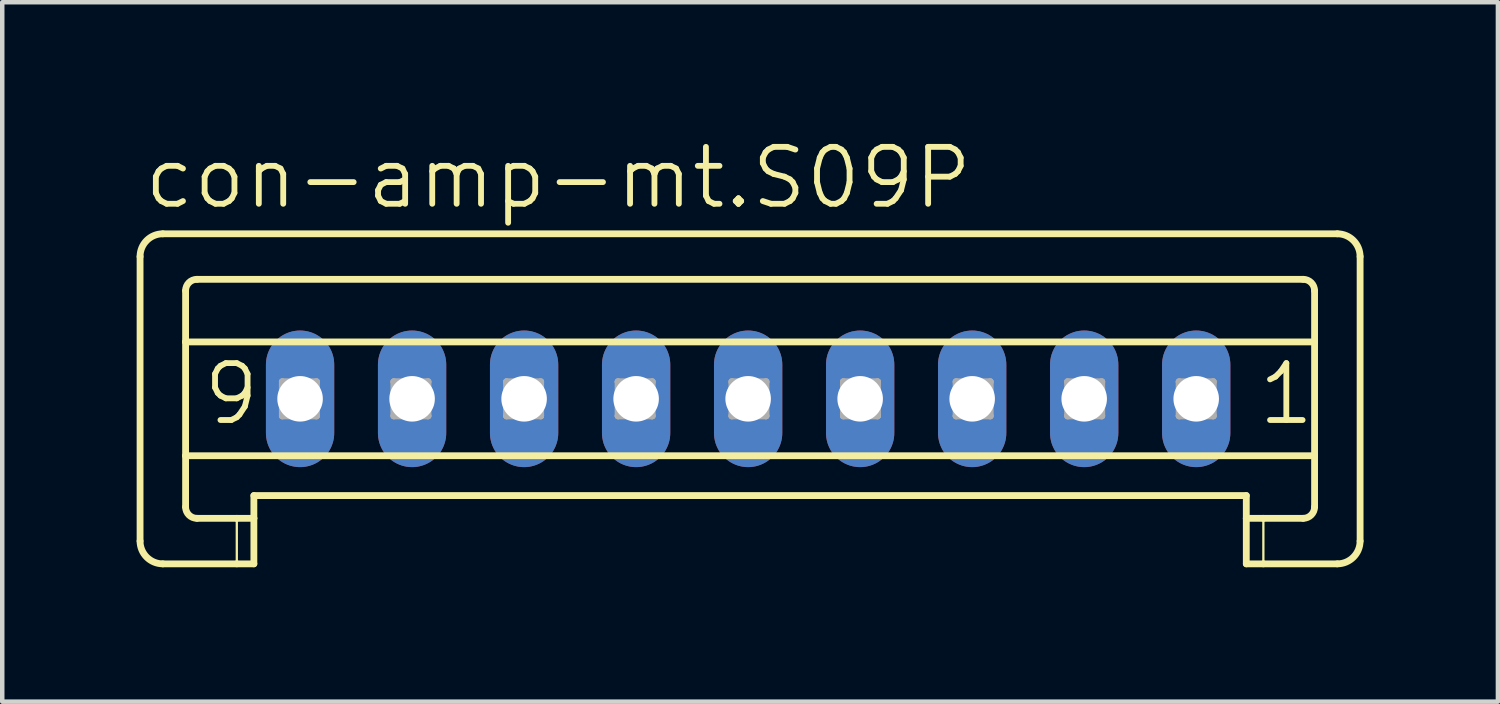
<source format=kicad_pcb>
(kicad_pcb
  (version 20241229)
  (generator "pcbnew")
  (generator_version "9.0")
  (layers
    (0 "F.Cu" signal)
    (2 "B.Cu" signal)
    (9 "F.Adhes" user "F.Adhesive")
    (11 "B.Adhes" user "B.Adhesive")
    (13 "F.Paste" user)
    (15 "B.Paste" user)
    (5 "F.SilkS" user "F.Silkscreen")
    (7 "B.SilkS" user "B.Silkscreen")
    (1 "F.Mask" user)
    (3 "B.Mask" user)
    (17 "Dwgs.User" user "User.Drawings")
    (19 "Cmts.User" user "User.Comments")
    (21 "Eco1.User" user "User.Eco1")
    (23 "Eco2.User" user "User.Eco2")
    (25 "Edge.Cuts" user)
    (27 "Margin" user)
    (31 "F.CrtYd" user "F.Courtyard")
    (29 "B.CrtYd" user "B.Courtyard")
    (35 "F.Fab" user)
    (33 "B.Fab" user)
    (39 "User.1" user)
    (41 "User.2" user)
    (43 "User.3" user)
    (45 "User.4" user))
  (footprint "con-amp-mt.S09P"
    (layer "F.Cu")
    (at 13.647 5.851)
    (property "Reference" "con-amp-mt.S09P" (at -13.546 -4.191 0) (layer "F.SilkS") (effects (font (size 1.27 1.27) (thickness 0.13)) (justify left bottom)))
    (attr through_hole)
    (fp_line (start -13.571 -3.175) (end -13.571 3.175) (stroke (width 0.152) (type default)) (layer "F.SilkS"))
    (fp_line (start -13.063 -3.683) (end 13.15 -3.683) (stroke (width 0.152) (type default)) (layer "F.SilkS"))
    (fp_line (start -12.555 -1.27) (end -12.555 -2.413) (stroke (width 0.152) (type default)) (layer "F.SilkS"))
    (fp_line (start -12.555 -1.27) (end 12.642 -1.27) (stroke (width 0.152) (type default)) (layer "F.SilkS"))
    (fp_line (start -12.555 1.27) (end -12.555 -1.27) (stroke (width 0.152) (type default)) (layer "F.SilkS"))
    (fp_line (start -12.555 1.27) (end 12.642 1.27) (stroke (width 0.152) (type default)) (layer "F.SilkS"))
    (fp_line (start -12.555 2.413) (end -12.555 1.27) (stroke (width 0.152) (type default)) (layer "F.SilkS"))
    (fp_line (start -12.301 -2.667) (end 12.388 -2.667) (stroke (width 0.152) (type default)) (layer "F.SilkS"))
    (fp_line (start -12.301 2.667) (end -11.412 2.667) (stroke (width 0.152) (type default)) (layer "F.SilkS"))
    (fp_line (start -11.412 2.667) (end -11.412 3.683) (stroke (width 0.051) (type default)) (layer "F.SilkS"))
    (fp_line (start -11.412 2.667) (end -11.031 2.667) (stroke (width 0.152) (type default)) (layer "F.SilkS"))
    (fp_line (start -11.412 3.683) (end -13.063 3.683) (stroke (width 0.152) (type default)) (layer "F.SilkS"))
    (fp_line (start -11.031 2.159) (end 11.118 2.159) (stroke (width 0.152) (type default)) (layer "F.SilkS"))
    (fp_line (start -11.031 2.667) (end -11.031 2.159) (stroke (width 0.152) (type default)) (layer "F.SilkS"))
    (fp_line (start -11.031 2.667) (end -11.031 3.683) (stroke (width 0.152) (type default)) (layer "F.SilkS"))
    (fp_line (start -11.031 3.683) (end -11.412 3.683) (stroke (width 0.152) (type default)) (layer "F.SilkS"))
    (fp_line (start 11.118 2.667) (end 11.118 2.159) (stroke (width 0.152) (type default)) (layer "F.SilkS"))
    (fp_line (start 11.118 2.667) (end 11.499 2.667) (stroke (width 0.152) (type default)) (layer "F.SilkS"))
    (fp_line (start 11.118 3.683) (end 11.118 2.667) (stroke (width 0.152) (type default)) (layer "F.SilkS"))
    (fp_line (start 11.499 2.667) (end 11.499 3.683) (stroke (width 0.051) (type default)) (layer "F.SilkS"))
    (fp_line (start 11.499 2.667) (end 12.388 2.667) (stroke (width 0.152) (type default)) (layer "F.SilkS"))
    (fp_line (start 11.499 3.683) (end 11.118 3.683) (stroke (width 0.152) (type default)) (layer "F.SilkS"))
    (fp_line (start 12.642 -1.27) (end 12.642 -2.413) (stroke (width 0.152) (type default)) (layer "F.SilkS"))
    (fp_line (start 12.642 1.27) (end 12.642 -1.27) (stroke (width 0.152) (type default)) (layer "F.SilkS"))
    (fp_line (start 12.642 2.413) (end 12.642 1.27) (stroke (width 0.152) (type default)) (layer "F.SilkS"))
    (fp_line (start 13.15 3.683) (end 11.499 3.683) (stroke (width 0.152) (type default)) (layer "F.SilkS"))
    (fp_line (start 13.658 -3.175) (end 13.658 3.175) (stroke (width 0.152) (type default)) (layer "F.SilkS"))
    (fp_arc (start -13.5712 -3.175) (mid -13.42241 -3.53421) (end -13.0632 -3.683) (stroke (width 0.1524) (type default)) (layer "F.SilkS"))
    (fp_arc (start -13.0632 3.683) (mid -13.42241 3.53421) (end -13.5712 3.175) (stroke (width 0.1524) (type default)) (layer "F.SilkS"))
    (fp_arc (start -12.5552 -2.413) (mid -12.480805 -2.592605) (end -12.3012 -2.667) (stroke (width 0.1524) (type default)) (layer "F.SilkS"))
    (fp_arc (start -12.3012 2.667) (mid -12.480805 2.592605) (end -12.5552 2.413) (stroke (width 0.1524) (type default)) (layer "F.SilkS"))
    (fp_arc (start 12.3876 -2.667) (mid 12.567205 -2.592605) (end 12.6416 -2.413) (stroke (width 0.1524) (type default)) (layer "F.SilkS"))
    (fp_arc (start 12.6416 2.413) (mid 12.567205 2.592605) (end 12.3876 2.667) (stroke (width 0.1524) (type default)) (layer "F.SilkS"))
    (fp_arc (start 13.1496 -3.683) (mid 13.50881 -3.53421) (end 13.6576 -3.175) (stroke (width 0.1524) (type default)) (layer "F.SilkS"))
    (fp_arc (start 13.6576 3.175) (mid 13.50881 3.53421) (end 13.1496 3.683) (stroke (width 0.1524) (type default)) (layer "F.SilkS"))
    (fp_line (start -10.396 -0.381) (end -10.396 0.381) (stroke (width 0.152) (type default)) (layer "F.Fab"))
    (fp_line (start -10.396 -0.381) (end -9.634 0.381) (stroke (width 0.152) (type default)) (layer "F.Fab"))
    (fp_line (start -10.396 0.381) (end -9.634 0.381) (stroke (width 0.152) (type default)) (layer "F.Fab"))
    (fp_line (start -9.634 -0.381) (end -10.396 -0.381) (stroke (width 0.152) (type default)) (layer "F.Fab"))
    (fp_line (start -9.634 -0.381) (end -10.396 0.381) (stroke (width 0.152) (type default)) (layer "F.Fab"))
    (fp_line (start -9.634 0.381) (end -9.634 -0.381) (stroke (width 0.152) (type default)) (layer "F.Fab"))
    (fp_line (start -7.907 -0.381) (end -7.907 0.381) (stroke (width 0.152) (type default)) (layer "F.Fab"))
    (fp_line (start -7.907 -0.381) (end -7.145 0.381) (stroke (width 0.152) (type default)) (layer "F.Fab"))
    (fp_line (start -7.907 0.381) (end -7.145 0.381) (stroke (width 0.152) (type default)) (layer "F.Fab"))
    (fp_line (start -7.145 -0.381) (end -7.907 -0.381) (stroke (width 0.152) (type default)) (layer "F.Fab"))
    (fp_line (start -7.145 -0.381) (end -7.907 0.381) (stroke (width 0.152) (type default)) (layer "F.Fab"))
    (fp_line (start -7.145 0.381) (end -7.145 -0.381) (stroke (width 0.152) (type default)) (layer "F.Fab"))
    (fp_line (start -5.392 -0.381) (end -5.392 0.381) (stroke (width 0.152) (type default)) (layer "F.Fab"))
    (fp_line (start -5.392 -0.381) (end -4.63 0.381) (stroke (width 0.152) (type default)) (layer "F.Fab"))
    (fp_line (start -5.392 0.381) (end -4.63 0.381) (stroke (width 0.152) (type default)) (layer "F.Fab"))
    (fp_line (start -4.63 -0.381) (end -5.392 -0.381) (stroke (width 0.152) (type default)) (layer "F.Fab"))
    (fp_line (start -4.63 -0.381) (end -5.392 0.381) (stroke (width 0.152) (type default)) (layer "F.Fab"))
    (fp_line (start -4.63 0.381) (end -4.63 -0.381) (stroke (width 0.152) (type default)) (layer "F.Fab"))
    (fp_line (start -2.903 -0.381) (end -2.903 0.381) (stroke (width 0.152) (type default)) (layer "F.Fab"))
    (fp_line (start -2.903 -0.381) (end -2.141 0.381) (stroke (width 0.152) (type default)) (layer "F.Fab"))
    (fp_line (start -2.903 0.381) (end -2.141 0.381) (stroke (width 0.152) (type default)) (layer "F.Fab"))
    (fp_line (start -2.141 -0.381) (end -2.903 -0.381) (stroke (width 0.152) (type default)) (layer "F.Fab"))
    (fp_line (start -2.141 -0.381) (end -2.903 0.381) (stroke (width 0.152) (type default)) (layer "F.Fab"))
    (fp_line (start -2.141 0.381) (end -2.141 -0.381) (stroke (width 0.152) (type default)) (layer "F.Fab"))
    (fp_line (start -0.363 -0.381) (end -0.363 0.381) (stroke (width 0.152) (type default)) (layer "F.Fab"))
    (fp_line (start -0.363 -0.381) (end 0.399 0.381) (stroke (width 0.152) (type default)) (layer "F.Fab"))
    (fp_line (start -0.363 0.381) (end 0.399 0.381) (stroke (width 0.152) (type default)) (layer "F.Fab"))
    (fp_line (start 0.399 -0.381) (end -0.363 -0.381) (stroke (width 0.152) (type default)) (layer "F.Fab"))
    (fp_line (start 0.399 -0.381) (end -0.363 0.381) (stroke (width 0.152) (type default)) (layer "F.Fab"))
    (fp_line (start 0.399 0.381) (end 0.399 -0.381) (stroke (width 0.152) (type default)) (layer "F.Fab"))
    (fp_line (start 2.126 -0.381) (end 2.126 0.381) (stroke (width 0.152) (type default)) (layer "F.Fab"))
    (fp_line (start 2.126 -0.381) (end 2.888 0.381) (stroke (width 0.152) (type default)) (layer "F.Fab"))
    (fp_line (start 2.126 0.381) (end 2.888 0.381) (stroke (width 0.152) (type default)) (layer "F.Fab"))
    (fp_line (start 2.888 -0.381) (end 2.126 -0.381) (stroke (width 0.152) (type default)) (layer "F.Fab"))
    (fp_line (start 2.888 -0.381) (end 2.126 0.381) (stroke (width 0.152) (type default)) (layer "F.Fab"))
    (fp_line (start 2.888 0.381) (end 2.888 -0.381) (stroke (width 0.152) (type default)) (layer "F.Fab"))
    (fp_line (start 4.641 -0.381) (end 4.641 0.381) (stroke (width 0.152) (type default)) (layer "F.Fab"))
    (fp_line (start 4.641 -0.381) (end 5.403 0.381) (stroke (width 0.152) (type default)) (layer "F.Fab"))
    (fp_line (start 4.641 0.381) (end 5.403 0.381) (stroke (width 0.152) (type default)) (layer "F.Fab"))
    (fp_line (start 5.403 -0.381) (end 4.641 -0.381) (stroke (width 0.152) (type default)) (layer "F.Fab"))
    (fp_line (start 5.403 -0.381) (end 4.641 0.381) (stroke (width 0.152) (type default)) (layer "F.Fab"))
    (fp_line (start 5.403 0.381) (end 5.403 -0.381) (stroke (width 0.152) (type default)) (layer "F.Fab"))
    (fp_line (start 7.13 -0.381) (end 7.13 0.381) (stroke (width 0.152) (type default)) (layer "F.Fab"))
    (fp_line (start 7.13 -0.381) (end 7.892 0.381) (stroke (width 0.152) (type default)) (layer "F.Fab"))
    (fp_line (start 7.13 0.381) (end 7.892 0.381) (stroke (width 0.152) (type default)) (layer "F.Fab"))
    (fp_line (start 7.892 -0.381) (end 7.13 -0.381) (stroke (width 0.152) (type default)) (layer "F.Fab"))
    (fp_line (start 7.892 -0.381) (end 7.13 0.381) (stroke (width 0.152) (type default)) (layer "F.Fab"))
    (fp_line (start 7.892 0.381) (end 7.892 -0.381) (stroke (width 0.152) (type default)) (layer "F.Fab"))
    (fp_line (start 9.619 -0.381) (end 9.619 0.381) (stroke (width 0.152) (type default)) (layer "F.Fab"))
    (fp_line (start 9.619 -0.381) (end 10.381 0.381) (stroke (width 0.152) (type default)) (layer "F.Fab"))
    (fp_line (start 9.619 0.381) (end 10.381 0.381) (stroke (width 0.152) (type default)) (layer "F.Fab"))
    (fp_line (start 10.381 -0.381) (end 9.619 -0.381) (stroke (width 0.152) (type default)) (layer "F.Fab"))
    (fp_line (start 10.381 -0.381) (end 9.619 0.381) (stroke (width 0.152) (type default)) (layer "F.Fab"))
    (fp_line (start 10.381 0.381) (end 10.381 -0.381) (stroke (width 0.152) (type default)) (layer "F.Fab"))
    (fp_text user "1" (at 11.321 0.635 0) (layer "F.SilkS") (effects (font (size 1.27 1.27) (thickness 0.13)) (justify left bottom)))
    (fp_text user "9" (at -12.225 0.635 0) (layer "F.SilkS") (effects (font (size 1.27 1.27) (thickness 0.13)) (justify left bottom)))
    (pad "1" thru_hole oval (at 10 0 90) (size 3.048 1.524) (drill 1.016) (layers "*.Cu" "*.Mask"))
    (pad "2" thru_hole oval (at 7.5 0 90) (size 3.048 1.524) (drill 1.016) (layers "*.Cu" "*.Mask"))
    (pad "3" thru_hole oval (at 5 0 90) (size 3.048 1.524) (drill 1.016) (layers "*.Cu" "*.Mask"))
    (pad "4" thru_hole oval (at 2.5 0 90) (size 3.048 1.524) (drill 1.016) (layers "*.Cu" "*.Mask"))
    (pad "5" thru_hole oval (at 0 0 90) (size 3.048 1.524) (drill 1.016) (layers "*.Cu" "*.Mask"))
    (pad "6" thru_hole oval (at -2.5 0 90) (size 3.048 1.524) (drill 1.016) (layers "*.Cu" "*.Mask"))
    (pad "7" thru_hole oval (at -5 0 90) (size 3.048 1.524) (drill 1.016) (layers "*.Cu" "*.Mask"))
    (pad "8" thru_hole oval (at -7.5 0 90) (size 3.048 1.524) (drill 1.016) (layers "*.Cu" "*.Mask"))
    (pad "9" thru_hole oval (at -10 0 90) (size 3.048 1.524) (drill 1.016) (layers "*.Cu" "*.Mask")))
  (gr_rect
    (start -3 -3)
    (end 30.381 12.61)
    (stroke (width 0.1) (type default))
    (fill no)
    (layer "Edge.Cuts")))
</source>
